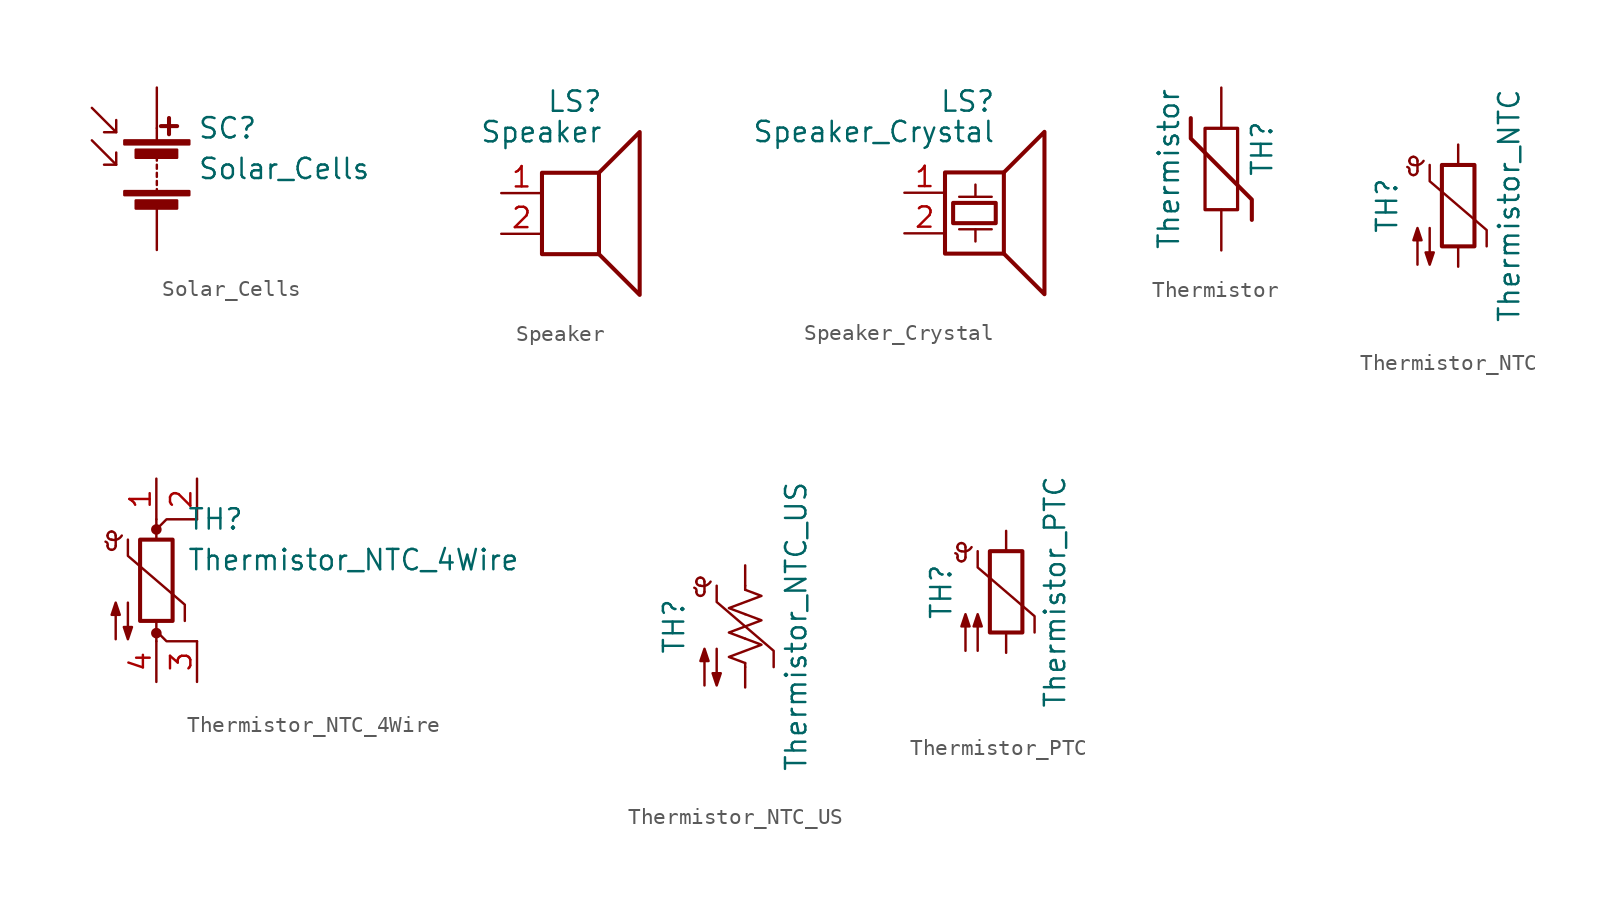
<source format=kicad_sym>
(kicad_symbol_lib
  (version 20211014)
  (generator kicad_symbol_editor)
  (symbol "Solar_Cells"
    (pin_numbers hide)
    (pin_names
      (offset 0) hide)
    (property "Reference" "SC"
      (at 2.54 2.54 0)
      (effects (font (size 1.27 1.27)) (justify left)))
    (property "Value" "Solar_Cells"
      (at 2.54 0 0)
      (effects (font (size 1.27 1.27)) (justify left)))
    (symbol "Solar_Cells_0_1"
      (rectangle (start -2.032 -1.397) (end 2.032 -1.651) (stroke (width 0) (type default) (color 0 0 0 0)) (fill (type outline)))
      (rectangle (start -2.032 1.778) (end 2.032 1.524) (stroke (width 0) (type default) (color 0 0 0 0)) (fill (type outline)))
      (rectangle (start -1.321 -1.981) (end 1.27 -2.489) (stroke (width 0) (type default) (color 0 0 0 0)) (fill (type outline)))
      (rectangle (start -1.321 1.194) (end 1.27 0.686) (stroke (width 0) (type default) (color 0 0 0 0)) (fill (type outline)))
      (polyline (pts (xy -2.54 0.254) (xy -4.064 1.778)) (stroke (width 0) (type default) (color 0 0 0 0)) (fill (type none)))
      (polyline (pts (xy -2.54 2.286) (xy -4.064 3.81)) (stroke (width 0) (type default) (color 0 0 0 0)) (fill (type none)))
      (polyline (pts (xy 0 -1.524) (xy 0 -1.27)) (stroke (width 0) (type default) (color 0 0 0 0)) (fill (type none)))
      (polyline (pts (xy 0 -1.016) (xy 0 -0.762)) (stroke (width 0) (type default) (color 0 0 0 0)) (fill (type none)))
      (polyline (pts (xy 0 -0.508) (xy 0 -0.254)) (stroke (width 0) (type default) (color 0 0 0 0)) (fill (type none)))
      (polyline (pts (xy 0 0) (xy 0 0.254)) (stroke (width 0) (type default) (color 0 0 0 0)) (fill (type none)))
      (polyline (pts (xy 0 0.508) (xy 0 0.762)) (stroke (width 0) (type default) (color 0 0 0 0)) (fill (type none)))
      (polyline (pts (xy 0 1.778) (xy 0 2.54)) (stroke (width 0) (type default) (color 0 0 0 0)) (fill (type none)))
      (polyline (pts (xy 0.254 2.667) (xy 1.27 2.667)) (stroke (width 0.254) (type default) (color 0 0 0 0)) (fill (type none)))
      (polyline (pts (xy 0.762 3.175) (xy 0.762 2.159)) (stroke (width 0.254) (type default) (color 0 0 0 0)) (fill (type none)))
      (polyline (pts (xy -2.54 1.016) (xy -2.54 0.254) (xy -3.302 0.254)) (stroke (width 0) (type default) (color 0 0 0 0)) (fill (type none)))
      (polyline (pts (xy -2.54 3.048) (xy -2.54 2.286) (xy -3.302 2.286)) (stroke (width 0) (type default) (color 0 0 0 0)) (fill (type none))))
    (symbol "Solar_Cells_1_1"
      (pin passive line (at 0 5.08 270) (length 2.54) (name "+" (effects (font (size 1.27 1.27)))) (number "1" (effects (font (size 1.27 1.27)))))
      (pin passive line (at 0 -5.08 90) (length 2.54) (name "-" (effects (font (size 1.27 1.27)))) (number "2" (effects (font (size 1.27 1.27)))))))
  (symbol "Speaker"
    (pin_names
      (offset 0) hide)
    (property "Reference" "LS"
      (at 1.27 5.715 0)
      (effects (font (size 1.27 1.27)) (justify right)))
    (property "Value" "Speaker"
      (at 1.27 3.81 0)
      (effects (font (size 1.27 1.27)) (justify right)))
    (symbol "Speaker_0_0"
      (rectangle (start -2.54 1.27) (end 1.016 -3.81) (stroke (width 0.254) (type default) (color 0 0 0 0)) (fill (type none)))
      (polyline (pts (xy 1.016 1.27) (xy 3.556 3.81) (xy 3.556 -6.35) (xy 1.016 -3.81)) (stroke (width 0.254) (type default) (color 0 0 0 0)) (fill (type none))))
    (symbol "Speaker_1_1"
      (pin input line (at -5.08 0 0) (length 2.54) (name "1" (effects (font (size 1.27 1.27)))) (number "1" (effects (font (size 1.27 1.27)))))
      (pin input line (at -5.08 -2.54 0) (length 2.54) (name "2" (effects (font (size 1.27 1.27)))) (number "2" (effects (font (size 1.27 1.27)))))))
  (symbol "Speaker_Crystal"
    (pin_names
      (offset 0) hide)
    (property "Reference" "LS"
      (at 0.635 5.715 0)
      (effects (font (size 1.27 1.27)) (justify right)))
    (property "Value" "Speaker_Crystal"
      (at 0.635 3.81 0)
      (effects (font (size 1.27 1.27)) (justify right)))
    (symbol "Speaker_Crystal_0_0"
      (rectangle (start -2.54 1.27) (end 1.143 -3.81) (stroke (width 0.254) (type default) (color 0 0 0 0)) (fill (type none)))
      (rectangle (start -2.032 -0.635) (end 0.635 -1.905) (stroke (width 0.254) (type default) (color 0 0 0 0)) (fill (type none)))
      (polyline (pts (xy -1.651 -2.286) (xy 0.381 -2.286)) (stroke (width 0) (type default) (color 0 0 0 0)) (fill (type none)))
      (polyline (pts (xy -1.651 -0.254) (xy 0.381 -0.254)) (stroke (width 0) (type default) (color 0 0 0 0)) (fill (type none)))
      (polyline (pts (xy -0.635 -2.286) (xy -0.635 -3.048)) (stroke (width 0) (type default) (color 0 0 0 0)) (fill (type none)))
      (polyline (pts (xy -0.635 -0.254) (xy -0.635 0.508)) (stroke (width 0) (type default) (color 0 0 0 0)) (fill (type none)))
      (polyline (pts (xy 1.143 1.27) (xy 3.683 3.81) (xy 3.683 -6.35) (xy 1.143 -3.81)) (stroke (width 0.254) (type default) (color 0 0 0 0)) (fill (type none))))
    (symbol "Speaker_Crystal_1_1"
      (pin input line (at -5.08 0 0) (length 2.54) (name "1" (effects (font (size 1.27 1.27)))) (number "1" (effects (font (size 1.27 1.27)))))
      (pin input line (at -5.08 -2.54 0) (length 2.54) (name "2" (effects (font (size 1.27 1.27)))) (number "2" (effects (font (size 1.27 1.27)))))))
  (symbol "Thermistor"
    (pin_numbers hide)
    (pin_names
      (offset 0))
    (property "Reference" "TH"
      (at 2.54 1.27 90)
      (effects (font (size 1.27 1.27))))
    (property "Value" "Thermistor"
      (at -2.54 0 90)
      (effects (font (size 1.27 1.27)) (justify bottom)))
    (symbol "Thermistor_0_1"
      (rectangle (start -1.016 2.54) (end 1.016 -2.54) (stroke (width 0.203) (type default) (color 0 0 0 0)) (fill (type none)))
      (polyline (pts (xy -1.905 3.175) (xy -1.905 1.905) (xy 1.905 -1.905) (xy 1.905 -3.175) (xy 1.905 -3.175)) (stroke (width 0.254) (type default) (color 0 0 0 0)) (fill (type none))))
    (symbol "Thermistor_1_1"
      (pin passive line (at 0 5.08 270) (length 2.54) (name "~" (effects (font (size 1.27 1.27)))) (number "1" (effects (font (size 1.27 1.27)))))
      (pin passive line (at 0 -5.08 90) (length 2.54) (name "~" (effects (font (size 1.27 1.27)))) (number "2" (effects (font (size 1.27 1.27)))))))
  (symbol "Thermistor_NTC"
    (pin_numbers hide)
    (pin_names
      (offset 0))
    (property "Reference" "TH"
      (at -4.445 0 90)
      (effects (font (size 1.27 1.27))))
    (property "Value" "Thermistor_NTC"
      (at 3.175 0 90)
      (effects (font (size 1.27 1.27))))
    (symbol "Thermistor_NTC_0_1"
      (arc (start -3.048 2.159) (mid -3.0505 2.3165) (end -3.175 2.413) (stroke (width 0) (type default) (color 0 0 0 0)) (fill (type none)))
      (arc (start -3.048 2.159) (mid -2.9736 1.9794) (end -2.794 1.905) (stroke (width 0) (type default) (color 0 0 0 0)) (fill (type none)))
      (arc (start -3.048 2.794) (mid -2.9736 2.6144) (end -2.794 2.54) (stroke (width 0) (type default) (color 0 0 0 0)) (fill (type none)))
      (arc (start -2.794 1.905) (mid -2.6144 1.9794) (end -2.54 2.159) (stroke (width 0) (type default) (color 0 0 0 0)) (fill (type none)))
      (arc (start -2.794 2.54) (mid -2.434 2.5608) (end -2.159 2.794) (stroke (width 0) (type default) (color 0 0 0 0)) (fill (type none)))
      (arc (start -2.794 3.048) (mid -2.9736 2.9736) (end -3.048 2.794) (stroke (width 0) (type default) (color 0 0 0 0)) (fill (type none)))
      (arc (start -2.54 2.794) (mid -2.6144 2.9736) (end -2.794 3.048) (stroke (width 0) (type default) (color 0 0 0 0)) (fill (type none)))
      (rectangle (start -1.016 2.54) (end 1.016 -2.54) (stroke (width 0.254) (type default) (color 0 0 0 0)) (fill (type none)))
      (polyline (pts (xy -2.54 2.159) (xy -2.54 2.794)) (stroke (width 0) (type default) (color 0 0 0 0)) (fill (type none)))
      (polyline (pts (xy -1.778 2.54) (xy -1.778 1.524) (xy 1.778 -1.524) (xy 1.778 -2.54)) (stroke (width 0) (type default) (color 0 0 0 0)) (fill (type none)))
      (polyline (pts (xy -2.54 -3.683) (xy -2.54 -1.397) (xy -2.794 -2.159) (xy -2.286 -2.159) (xy -2.54 -1.397) (xy -2.54 -1.651)) (stroke (width 0) (type default) (color 0 0 0 0)) (fill (type outline)))
      (polyline (pts (xy -1.778 -1.397) (xy -1.778 -3.683) (xy -2.032 -2.921) (xy -1.524 -2.921) (xy -1.778 -3.683) (xy -1.778 -3.429)) (stroke (width 0) (type default) (color 0 0 0 0)) (fill (type outline))))
    (symbol "Thermistor_NTC_1_1"
      (pin passive line (at 0 3.81 270) (length 1.27) (name "~" (effects (font (size 1.27 1.27)))) (number "1" (effects (font (size 1.27 1.27)))))
      (pin passive line (at 0 -3.81 90) (length 1.27) (name "~" (effects (font (size 1.27 1.27)))) (number "2" (effects (font (size 1.27 1.27)))))))
  (symbol "Thermistor_NTC_4Wire"
    (pin_names
      (offset 0))
    (property "Reference" "TH"
      (at 1.905 3.81 0)
      (effects (font (size 1.27 1.27)) (justify left)))
    (property "Value" "Thermistor_NTC_4Wire"
      (at 1.905 1.27 0)
      (effects (font (size 1.27 1.27)) (justify left)))
    (symbol "Thermistor_NTC_4Wire_0_1"
      (arc (start -3.048 2.159) (mid -3.0505 2.3165) (end -3.175 2.413) (stroke (width 0) (type default) (color 0 0 0 0)) (fill (type none)))
      (arc (start -3.048 2.159) (mid -2.9736 1.9794) (end -2.794 1.905) (stroke (width 0) (type default) (color 0 0 0 0)) (fill (type none)))
      (arc (start -3.048 2.794) (mid -2.9736 2.6144) (end -2.794 2.54) (stroke (width 0) (type default) (color 0 0 0 0)) (fill (type none)))
      (arc (start -2.794 1.905) (mid -2.6144 1.9794) (end -2.54 2.159) (stroke (width 0) (type default) (color 0 0 0 0)) (fill (type none)))
      (arc (start -2.794 2.54) (mid -2.434 2.5608) (end -2.159 2.794) (stroke (width 0) (type default) (color 0 0 0 0)) (fill (type none)))
      (arc (start -2.794 3.048) (mid -2.9736 2.9736) (end -3.048 2.794) (stroke (width 0) (type default) (color 0 0 0 0)) (fill (type none)))
      (arc (start -2.54 2.794) (mid -2.6144 2.9736) (end -2.794 3.048) (stroke (width 0) (type default) (color 0 0 0 0)) (fill (type none)))
      (rectangle (start -1.016 2.54) (end 1.016 -2.54) (stroke (width 0.254) (type default) (color 0 0 0 0)) (fill (type none)))
      (circle (center 0 -3.302) (radius 0.254) (stroke (width 0) (type default) (color 0 0 0 0)) (fill (type outline)))
      (polyline (pts (xy -2.54 2.159) (xy -2.54 2.794)) (stroke (width 0) (type default) (color 0 0 0 0)) (fill (type none)))
      (polyline (pts (xy 0 -3.81) (xy 0 -2.54)) (stroke (width 0) (type default) (color 0 0 0 0)) (fill (type none)))
      (polyline (pts (xy 0 3.175) (xy 0 3.175)) (stroke (width 0) (type default) (color 0 0 0 0)) (fill (type none)))
      (polyline (pts (xy 0 3.81) (xy 0 2.54)) (stroke (width 0) (type default) (color 0 0 0 0)) (fill (type none)))
      (polyline (pts (xy 2.54 -3.81) (xy 0.635 -3.81) (xy 0 -3.175)) (stroke (width 0) (type default) (color 0 0 0 0)) (fill (type none)))
      (polyline (pts (xy 2.54 3.81) (xy 0.635 3.81) (xy 0 3.175)) (stroke (width 0) (type default) (color 0 0 0 0)) (fill (type none)))
      (polyline (pts (xy -1.778 2.54) (xy -1.778 1.524) (xy 1.778 -1.524) (xy 1.778 -2.54)) (stroke (width 0) (type default) (color 0 0 0 0)) (fill (type none)))
      (polyline (pts (xy -2.54 -3.683) (xy -2.54 -1.397) (xy -2.794 -2.159) (xy -2.286 -2.159) (xy -2.54 -1.397) (xy -2.54 -1.651)) (stroke (width 0) (type default) (color 0 0 0 0)) (fill (type outline)))
      (polyline (pts (xy -1.778 -1.397) (xy -1.778 -3.683) (xy -2.032 -2.921) (xy -1.524 -2.921) (xy -1.778 -3.683) (xy -1.778 -3.429)) (stroke (width 0) (type default) (color 0 0 0 0)) (fill (type outline)))
      (circle (center 0 3.175) (radius 0.254) (stroke (width 0) (type default) (color 0 0 0 0)) (fill (type outline))))
    (symbol "Thermistor_NTC_4Wire_1_1"
      (pin passive line (at 0 6.35 270) (length 2.54) (name "~" (effects (font (size 1.27 1.27)))) (number "1" (effects (font (size 1.27 1.27)))))
      (pin passive line (at 2.54 6.35 270) (length 2.54) (name "~" (effects (font (size 1.27 1.27)))) (number "2" (effects (font (size 1.27 1.27)))))
      (pin passive line (at 2.54 -6.35 90) (length 2.54) (name "~" (effects (font (size 1.27 1.27)))) (number "3" (effects (font (size 1.27 1.27)))))
      (pin passive line (at 0 -6.35 90) (length 2.54) (name "~" (effects (font (size 1.27 1.27)))) (number "4" (effects (font (size 1.27 1.27)))))))
  (symbol "Thermistor_NTC_US"
    (pin_numbers hide)
    (pin_names
      (offset 0))
    (property "Reference" "TH"
      (at -4.445 0 90)
      (effects (font (size 1.27 1.27))))
    (property "Value" "Thermistor_NTC_US"
      (at 3.175 0 90)
      (effects (font (size 1.27 1.27))))
    (symbol "Thermistor_NTC_US_0_1"
      (arc (start -3.048 2.159) (mid -3.0505 2.3165) (end -3.175 2.413) (stroke (width 0) (type default) (color 0 0 0 0)) (fill (type none)))
      (arc (start -3.048 2.159) (mid -2.9736 1.9794) (end -2.794 1.905) (stroke (width 0) (type default) (color 0 0 0 0)) (fill (type none)))
      (arc (start -3.048 2.794) (mid -2.9736 2.6144) (end -2.794 2.54) (stroke (width 0) (type default) (color 0 0 0 0)) (fill (type none)))
      (arc (start -2.794 1.905) (mid -2.6144 1.9794) (end -2.54 2.159) (stroke (width 0) (type default) (color 0 0 0 0)) (fill (type none)))
      (arc (start -2.794 2.54) (mid -2.434 2.5608) (end -2.159 2.794) (stroke (width 0) (type default) (color 0 0 0 0)) (fill (type none)))
      (arc (start -2.794 3.048) (mid -2.9736 2.9736) (end -3.048 2.794) (stroke (width 0) (type default) (color 0 0 0 0)) (fill (type none)))
      (arc (start -2.54 2.794) (mid -2.6144 2.9736) (end -2.794 3.048) (stroke (width 0) (type default) (color 0 0 0 0)) (fill (type none)))
      (polyline (pts (xy -2.54 2.159) (xy -2.54 2.794)) (stroke (width 0) (type default) (color 0 0 0 0)) (fill (type none)))
      (polyline (pts (xy 0 -2.286) (xy 0 -2.54)) (stroke (width 0) (type default) (color 0 0 0 0)) (fill (type none)))
      (polyline (pts (xy 0 2.286) (xy 0 2.54)) (stroke (width 0) (type default) (color 0 0 0 0)) (fill (type none)))
      (polyline (pts (xy -1.778 2.54) (xy -1.778 1.524) (xy 1.778 -1.524) (xy 1.778 -2.54)) (stroke (width 0) (type default) (color 0 0 0 0)) (fill (type none)))
      (polyline (pts (xy 0 -0.762) (xy 1.016 -1.143) (xy 0 -1.524) (xy -1.016 -1.905) (xy 0 -2.286)) (stroke (width 0) (type default) (color 0 0 0 0)) (fill (type none)))
      (polyline (pts (xy 0 0.762) (xy 1.016 0.381) (xy 0 0) (xy -1.016 -0.381) (xy 0 -0.762)) (stroke (width 0) (type default) (color 0 0 0 0)) (fill (type none)))
      (polyline (pts (xy 0 2.286) (xy 1.016 1.905) (xy 0 1.524) (xy -1.016 1.143) (xy 0 0.762)) (stroke (width 0) (type default) (color 0 0 0 0)) (fill (type none)))
      (polyline (pts (xy -2.54 -3.683) (xy -2.54 -1.397) (xy -2.794 -2.159) (xy -2.286 -2.159) (xy -2.54 -1.397) (xy -2.54 -1.651)) (stroke (width 0) (type default) (color 0 0 0 0)) (fill (type outline)))
      (polyline (pts (xy -1.778 -1.397) (xy -1.778 -3.683) (xy -2.032 -2.921) (xy -1.524 -2.921) (xy -1.778 -3.683) (xy -1.778 -3.429)) (stroke (width 0) (type default) (color 0 0 0 0)) (fill (type outline))))
    (symbol "Thermistor_NTC_US_1_1"
      (pin passive line (at 0 3.81 270) (length 1.27) (name "~" (effects (font (size 1.27 1.27)))) (number "1" (effects (font (size 1.27 1.27)))))
      (pin passive line (at 0 -3.81 90) (length 1.27) (name "~" (effects (font (size 1.27 1.27)))) (number "2" (effects (font (size 1.27 1.27)))))))
  (symbol "Thermistor_PTC"
    (pin_numbers hide)
    (pin_names
      (offset 0))
    (property "Reference" "TH"
      (at -4.064 0 90)
      (effects (font (size 1.27 1.27))))
    (property "Value" "Thermistor_PTC"
      (at 3.048 0 90)
      (effects (font (size 1.27 1.27))))
    (symbol "Thermistor_PTC_0_1"
      (arc (start -3.048 2.159) (mid -3.0505 2.3165) (end -3.175 2.413) (stroke (width 0) (type default) (color 0 0 0 0)) (fill (type none)))
      (arc (start -3.048 2.159) (mid -2.9736 1.9794) (end -2.794 1.905) (stroke (width 0) (type default) (color 0 0 0 0)) (fill (type none)))
      (arc (start -3.048 2.794) (mid -2.9736 2.6144) (end -2.794 2.54) (stroke (width 0) (type default) (color 0 0 0 0)) (fill (type none)))
      (arc (start -2.794 1.905) (mid -2.6144 1.9794) (end -2.54 2.159) (stroke (width 0) (type default) (color 0 0 0 0)) (fill (type none)))
      (arc (start -2.794 2.54) (mid -2.434 2.5608) (end -2.159 2.794) (stroke (width 0) (type default) (color 0 0 0 0)) (fill (type none)))
      (arc (start -2.794 3.048) (mid -2.9736 2.9736) (end -3.048 2.794) (stroke (width 0) (type default) (color 0 0 0 0)) (fill (type none)))
      (arc (start -2.54 2.794) (mid -2.6144 2.9736) (end -2.794 3.048) (stroke (width 0) (type default) (color 0 0 0 0)) (fill (type none)))
      (rectangle (start -1.016 2.54) (end 1.016 -2.54) (stroke (width 0.254) (type default) (color 0 0 0 0)) (fill (type none)))
      (polyline (pts (xy -2.54 2.159) (xy -2.54 2.794)) (stroke (width 0) (type default) (color 0 0 0 0)) (fill (type none)))
      (polyline (pts (xy -1.778 2.54) (xy -1.778 1.524) (xy 1.778 -1.524) (xy 1.778 -2.54)) (stroke (width 0) (type default) (color 0 0 0 0)) (fill (type none)))
      (polyline (pts (xy -2.54 -3.683) (xy -2.54 -1.397) (xy -2.794 -2.159) (xy -2.286 -2.159) (xy -2.54 -1.397) (xy -2.54 -1.651)) (stroke (width 0) (type default) (color 0 0 0 0)) (fill (type outline)))
      (polyline (pts (xy -1.778 -3.683) (xy -1.778 -1.397) (xy -2.032 -2.159) (xy -1.524 -2.159) (xy -1.778 -1.397) (xy -1.778 -1.651)) (stroke (width 0) (type default) (color 0 0 0 0)) (fill (type outline))))
    (symbol "Thermistor_PTC_1_1"
      (pin passive line (at 0 3.81 270) (length 1.27) (name "~" (effects (font (size 1.27 1.27)))) (number "1" (effects (font (size 1.27 1.27)))))
      (pin passive line (at 0 -3.81 90) (length 1.27) (name "~" (effects (font (size 1.27 1.27)))) (number "2" (effects (font (size 1.27 1.27))))))))
</source>
